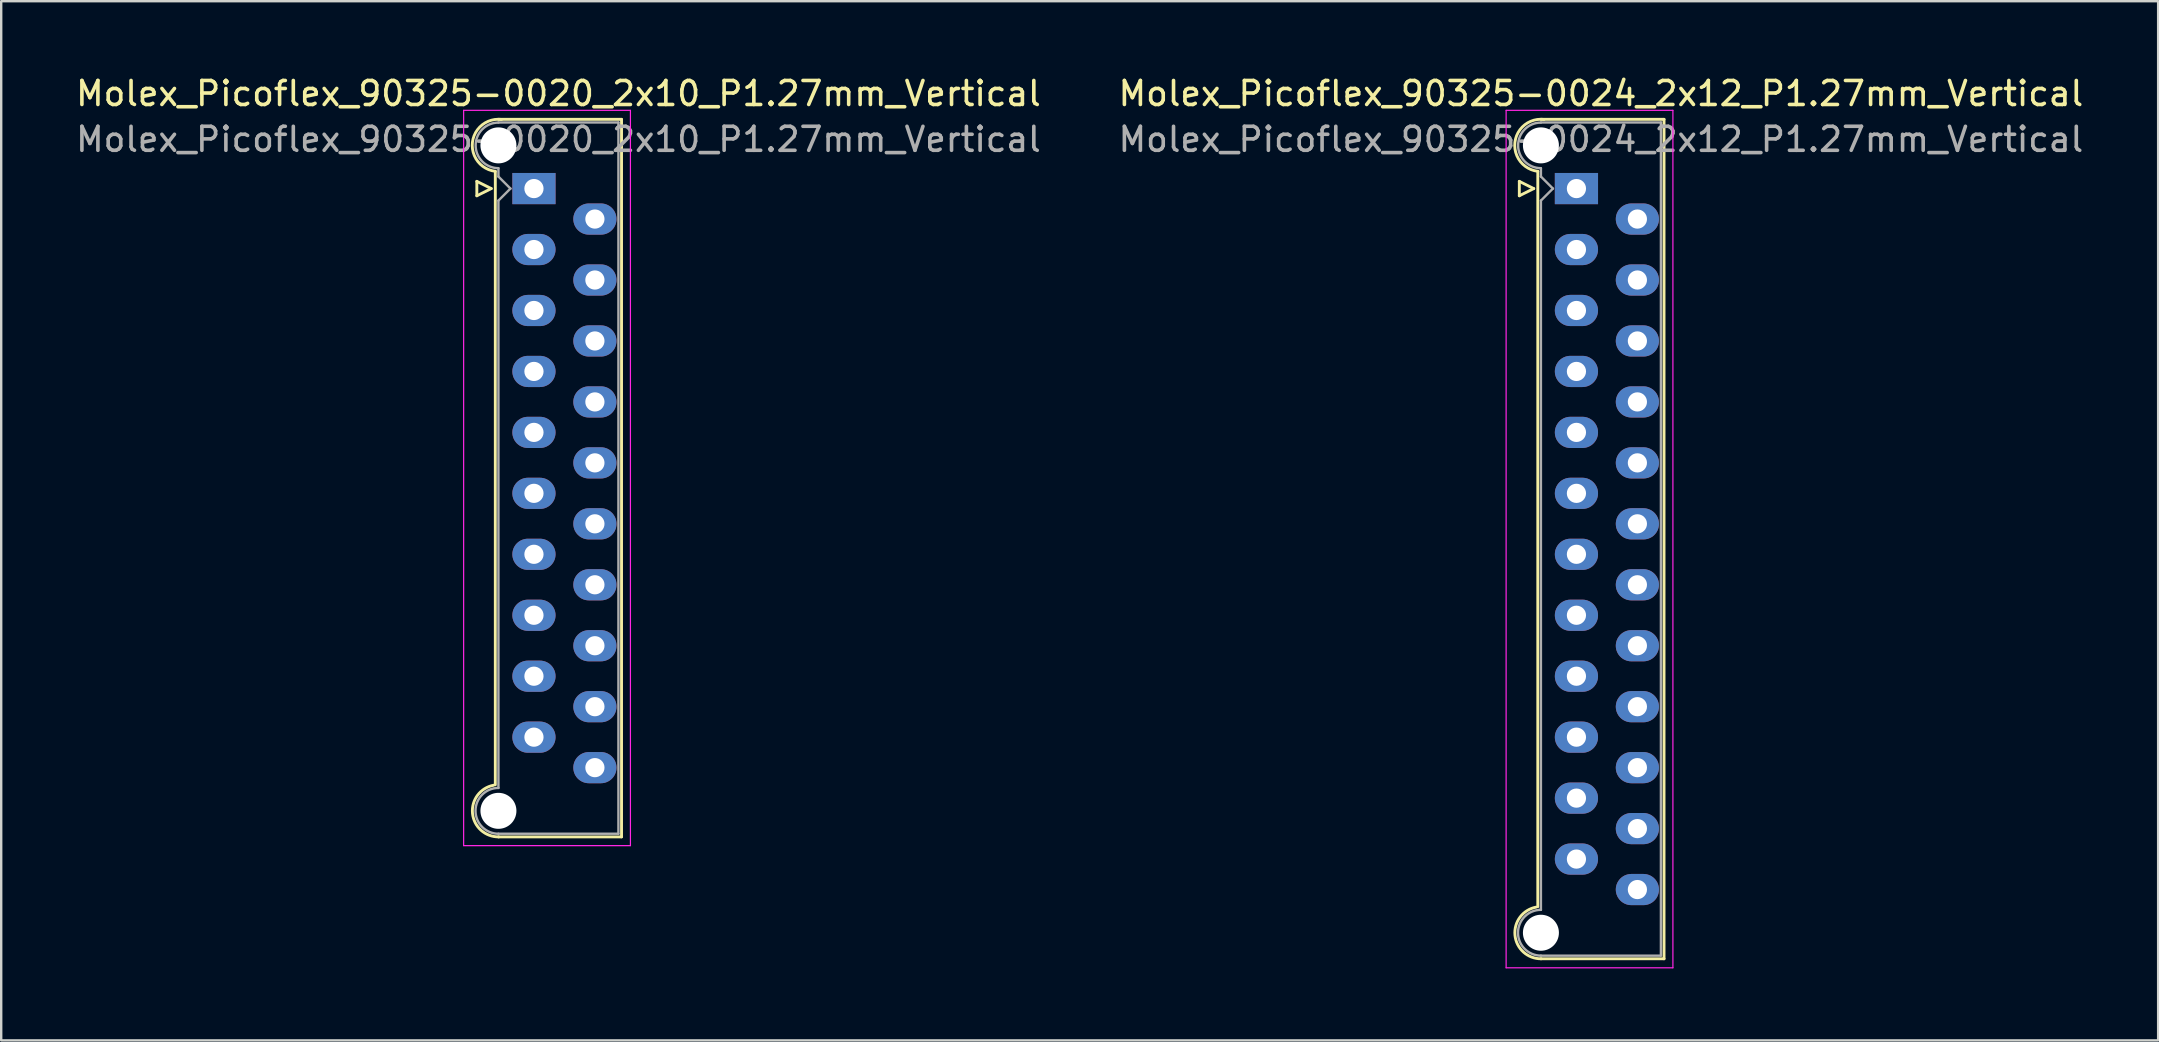
<source format=kicad_pcb>
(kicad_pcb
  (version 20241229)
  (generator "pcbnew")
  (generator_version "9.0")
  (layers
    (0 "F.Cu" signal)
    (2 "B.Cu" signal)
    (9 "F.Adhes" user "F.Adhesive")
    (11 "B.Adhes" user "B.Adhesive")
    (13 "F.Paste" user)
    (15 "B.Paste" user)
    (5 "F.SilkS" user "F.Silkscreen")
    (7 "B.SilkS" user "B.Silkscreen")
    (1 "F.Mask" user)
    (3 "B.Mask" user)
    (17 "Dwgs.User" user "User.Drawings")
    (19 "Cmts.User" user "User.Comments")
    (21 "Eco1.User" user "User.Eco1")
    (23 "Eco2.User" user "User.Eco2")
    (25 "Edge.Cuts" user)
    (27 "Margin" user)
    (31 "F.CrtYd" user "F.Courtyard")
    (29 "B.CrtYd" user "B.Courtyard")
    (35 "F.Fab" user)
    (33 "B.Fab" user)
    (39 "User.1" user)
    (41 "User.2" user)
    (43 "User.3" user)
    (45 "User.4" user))
  (footprint "Molex_Picoflex_90325-0024_2x12_P1.27mm_Vertical"
    (layer "F.Cu")
    (at 62.641 4.808)
    (property "Reference" "Molex_Picoflex_90325-0024_2x12_P1.27mm_Vertical" (at 1.02 -3.96 0) (layer "F.SilkS") (effects (font (size 1 1) (thickness 0.15))))
    (attr through_hole)
    (fp_line (start -2.38 -0.3) (end -2.38 0.3) (stroke (width 0.12) (type solid)) (layer "F.SilkS"))
    (fp_line (start -2.38 0.3) (end -1.78 0) (stroke (width 0.12) (type solid)) (layer "F.SilkS"))
    (fp_line (start -1.78 0) (end -2.38 -0.3) (stroke (width 0.12) (type solid)) (layer "F.SilkS"))
    (fp_line (start -1.61 -0.715) (end -1.61 29.925) (stroke (width 0.12) (type solid)) (layer "F.SilkS"))
    (fp_line (start -1.48 -2.885) (end 3.65 -2.885) (stroke (width 0.12) (type solid)) (layer "F.SilkS"))
    (fp_line (start 3.65 -2.885) (end 3.65 32.095) (stroke (width 0.12) (type solid)) (layer "F.SilkS"))
    (fp_line (start 3.65 32.095) (end -1.48 32.095) (stroke (width 0.12) (type solid)) (layer "F.SilkS"))
    (fp_arc (start -1.61 -0.72) (mid -2.56 -1.93) (end -1.35 -2.88) (stroke (width 0.12) (type solid)) (layer "F.SilkS"))
    (fp_arc (start -1.47 32.095) (mid -2.56 31.114526) (end -1.678256 29.94322) (stroke (width 0.12) (type solid)) (layer "F.SilkS"))
    (fp_line (start -2.93 -3.26) (end -2.93 32.47) (stroke (width 0.05) (type solid)) (layer "F.CrtYd"))
    (fp_line (start -2.93 32.47) (end 4.02 32.47) (stroke (width 0.05) (type solid)) (layer "F.CrtYd"))
    (fp_line (start 4.02 -3.26) (end -2.93 -3.26) (stroke (width 0.05) (type solid)) (layer "F.CrtYd"))
    (fp_line (start 4.02 32.47) (end 4.02 -3.26) (stroke (width 0.05) (type solid)) (layer "F.CrtYd"))
    (fp_line (start -1.48 -2.755) (end 3.52 -2.755) (stroke (width 0.1) (type solid)) (layer "F.Fab"))
    (fp_line (start -1.48 -0.845) (end -1.48 -0.5) (stroke (width 0.1) (type solid)) (layer "F.Fab"))
    (fp_line (start -1.48 -0.5) (end -0.98 0) (stroke (width 0.1) (type solid)) (layer "F.Fab"))
    (fp_line (start -1.48 0.5) (end -1.48 30.055) (stroke (width 0.1) (type solid)) (layer "F.Fab"))
    (fp_line (start -0.98 0) (end -1.48 0.5) (stroke (width 0.1) (type solid)) (layer "F.Fab"))
    (fp_line (start 3.52 -2.755) (end 3.52 31.965) (stroke (width 0.1) (type solid)) (layer "F.Fab"))
    (fp_line (start 3.52 31.965) (end -1.48 31.965) (stroke (width 0.1) (type solid)) (layer "F.Fab"))
    (fp_arc (start -1.48 -0.85) (mid -2.43 -1.8) (end -1.48 -2.75) (stroke (width 0.1) (type solid)) (layer "F.Fab"))
    (fp_arc (start -1.48 31.965) (mid -2.435 31.01) (end -1.48 30.055) (stroke (width 0.1) (type solid)) (layer "F.Fab"))
    (fp_text user "${REFERENCE}" (at 1.02 -2.05 0) (layer "F.Fab") (effects (font (size 1 1) (thickness 0.15))))
    (pad "" np_thru_hole circle (at -1.48 -1.8) (size 1.5 1.5) (drill 1.5) (layers "*.Cu" "*.Mask"))
    (pad "" np_thru_hole circle (at -1.48 31.01) (size 1.5 1.5) (drill 1.5) (layers "*.Cu" "*.Mask"))
    (pad "1" thru_hole rect (at 0 0) (size 1.8 1.3) (drill 0.8) (layers "*.Cu" "*.Mask"))
    (pad "2" thru_hole oval (at 2.54 1.27) (size 1.8 1.3) (drill 0.8) (layers "*.Cu" "*.Mask"))
    (pad "3" thru_hole oval (at 0 2.54) (size 1.8 1.3) (drill 0.8) (layers "*.Cu" "*.Mask"))
    (pad "4" thru_hole oval (at 2.54 3.81) (size 1.8 1.3) (drill 0.8) (layers "*.Cu" "*.Mask"))
    (pad "5" thru_hole oval (at 0 5.08) (size 1.8 1.3) (drill 0.8) (layers "*.Cu" "*.Mask"))
    (pad "6" thru_hole oval (at 2.54 6.35) (size 1.8 1.3) (drill 0.8) (layers "*.Cu" "*.Mask"))
    (pad "7" thru_hole oval (at 0 7.62) (size 1.8 1.3) (drill 0.8) (layers "*.Cu" "*.Mask"))
    (pad "8" thru_hole oval (at 2.54 8.89) (size 1.8 1.3) (drill 0.8) (layers "*.Cu" "*.Mask"))
    (pad "9" thru_hole oval (at 0 10.16) (size 1.8 1.3) (drill 0.8) (layers "*.Cu" "*.Mask"))
    (pad "10" thru_hole oval (at 2.54 11.43) (size 1.8 1.3) (drill 0.8) (layers "*.Cu" "*.Mask"))
    (pad "11" thru_hole oval (at 0 12.7) (size 1.8 1.3) (drill 0.8) (layers "*.Cu" "*.Mask"))
    (pad "12" thru_hole oval (at 2.54 13.97) (size 1.8 1.3) (drill 0.8) (layers "*.Cu" "*.Mask"))
    (pad "13" thru_hole oval (at 0 15.24) (size 1.8 1.3) (drill 0.8) (layers "*.Cu" "*.Mask"))
    (pad "14" thru_hole oval (at 2.54 16.51) (size 1.8 1.3) (drill 0.8) (layers "*.Cu" "*.Mask"))
    (pad "15" thru_hole oval (at 0 17.78) (size 1.8 1.3) (drill 0.8) (layers "*.Cu" "*.Mask"))
    (pad "16" thru_hole oval (at 2.54 19.05) (size 1.8 1.3) (drill 0.8) (layers "*.Cu" "*.Mask"))
    (pad "17" thru_hole oval (at 0 20.32) (size 1.8 1.3) (drill 0.8) (layers "*.Cu" "*.Mask"))
    (pad "18" thru_hole oval (at 2.54 21.59) (size 1.8 1.3) (drill 0.8) (layers "*.Cu" "*.Mask"))
    (pad "19" thru_hole oval (at 0 22.86) (size 1.8 1.3) (drill 0.8) (layers "*.Cu" "*.Mask"))
    (pad "20" thru_hole oval (at 2.54 24.13) (size 1.8 1.3) (drill 0.8) (layers "*.Cu" "*.Mask"))
    (pad "21" thru_hole oval (at 0 25.4) (size 1.8 1.3) (drill 0.8) (layers "*.Cu" "*.Mask"))
    (pad "22" thru_hole oval (at 2.54 26.67) (size 1.8 1.3) (drill 0.8) (layers "*.Cu" "*.Mask"))
    (pad "23" thru_hole oval (at 0 27.94) (size 1.8 1.3) (drill 0.8) (layers "*.Cu" "*.Mask"))
    (pad "24" thru_hole oval (at 2.54 29.21) (size 1.8 1.3) (drill 0.8) (layers "*.Cu" "*.Mask")))
  (footprint "Molex_Picoflex_90325-0020_2x10_P1.27mm_Vertical"
    (layer "F.Cu")
    (at 19.2 4.808)
    (property "Reference" "Molex_Picoflex_90325-0020_2x10_P1.27mm_Vertical" (at 1.02 -3.96 0) (layer "F.SilkS") (effects (font (size 1 1) (thickness 0.15))))
    (attr through_hole)
    (fp_line (start -2.38 -0.3) (end -2.38 0.3) (stroke (width 0.12) (type solid)) (layer "F.SilkS"))
    (fp_line (start -2.38 0.3) (end -1.78 0) (stroke (width 0.12) (type solid)) (layer "F.SilkS"))
    (fp_line (start -1.78 0) (end -2.38 -0.3) (stroke (width 0.12) (type solid)) (layer "F.SilkS"))
    (fp_line (start -1.61 -0.715) (end -1.61 24.845) (stroke (width 0.12) (type solid)) (layer "F.SilkS"))
    (fp_line (start -1.48 -2.885) (end 3.65 -2.885) (stroke (width 0.12) (type solid)) (layer "F.SilkS"))
    (fp_line (start 3.65 -2.885) (end 3.65 27.015) (stroke (width 0.12) (type solid)) (layer "F.SilkS"))
    (fp_line (start 3.65 27.015) (end -1.48 27.015) (stroke (width 0.12) (type solid)) (layer "F.SilkS"))
    (fp_arc (start -1.61 -0.72) (mid -2.56 -1.93) (end -1.35 -2.88) (stroke (width 0.12) (type solid)) (layer "F.SilkS"))
    (fp_arc (start -1.47 27.015) (mid -2.56 26.034526) (end -1.678256 24.86322) (stroke (width 0.12) (type solid)) (layer "F.SilkS"))
    (fp_line (start -2.93 -3.26) (end -2.93 27.38) (stroke (width 0.05) (type solid)) (layer "F.CrtYd"))
    (fp_line (start -2.93 27.38) (end 4.02 27.38) (stroke (width 0.05) (type solid)) (layer "F.CrtYd"))
    (fp_line (start 4.02 -3.26) (end -2.93 -3.26) (stroke (width 0.05) (type solid)) (layer "F.CrtYd"))
    (fp_line (start 4.02 27.38) (end 4.02 -3.26) (stroke (width 0.05) (type solid)) (layer "F.CrtYd"))
    (fp_line (start -1.48 -2.755) (end 3.52 -2.755) (stroke (width 0.1) (type solid)) (layer "F.Fab"))
    (fp_line (start -1.48 -0.845) (end -1.48 -0.5) (stroke (width 0.1) (type solid)) (layer "F.Fab"))
    (fp_line (start -1.48 -0.5) (end -0.98 0) (stroke (width 0.1) (type solid)) (layer "F.Fab"))
    (fp_line (start -1.48 0.5) (end -1.48 24.975) (stroke (width 0.1) (type solid)) (layer "F.Fab"))
    (fp_line (start -0.98 0) (end -1.48 0.5) (stroke (width 0.1) (type solid)) (layer "F.Fab"))
    (fp_line (start 3.52 -2.755) (end 3.52 26.885) (stroke (width 0.1) (type solid)) (layer "F.Fab"))
    (fp_line (start 3.52 26.885) (end -1.48 26.885) (stroke (width 0.1) (type solid)) (layer "F.Fab"))
    (fp_arc (start -1.48 -0.85) (mid -2.43 -1.8) (end -1.48 -2.75) (stroke (width 0.1) (type solid)) (layer "F.Fab"))
    (fp_arc (start -1.48 26.885) (mid -2.435 25.93) (end -1.48 24.975) (stroke (width 0.1) (type solid)) (layer "F.Fab"))
    (fp_text user "${REFERENCE}" (at 1.02 -2.05 0) (layer "F.Fab") (effects (font (size 1 1) (thickness 0.15))))
    (pad "" np_thru_hole circle (at -1.48 -1.8) (size 1.5 1.5) (drill 1.5) (layers "*.Cu" "*.Mask"))
    (pad "" np_thru_hole circle (at -1.48 25.93) (size 1.5 1.5) (drill 1.5) (layers "*.Cu" "*.Mask"))
    (pad "1" thru_hole rect (at 0 0) (size 1.8 1.3) (drill 0.8) (layers "*.Cu" "*.Mask"))
    (pad "2" thru_hole oval (at 2.54 1.27) (size 1.8 1.3) (drill 0.8) (layers "*.Cu" "*.Mask"))
    (pad "3" thru_hole oval (at 0 2.54) (size 1.8 1.3) (drill 0.8) (layers "*.Cu" "*.Mask"))
    (pad "4" thru_hole oval (at 2.54 3.81) (size 1.8 1.3) (drill 0.8) (layers "*.Cu" "*.Mask"))
    (pad "5" thru_hole oval (at 0 5.08) (size 1.8 1.3) (drill 0.8) (layers "*.Cu" "*.Mask"))
    (pad "6" thru_hole oval (at 2.54 6.35) (size 1.8 1.3) (drill 0.8) (layers "*.Cu" "*.Mask"))
    (pad "7" thru_hole oval (at 0 7.62) (size 1.8 1.3) (drill 0.8) (layers "*.Cu" "*.Mask"))
    (pad "8" thru_hole oval (at 2.54 8.89) (size 1.8 1.3) (drill 0.8) (layers "*.Cu" "*.Mask"))
    (pad "9" thru_hole oval (at 0 10.16) (size 1.8 1.3) (drill 0.8) (layers "*.Cu" "*.Mask"))
    (pad "10" thru_hole oval (at 2.54 11.43) (size 1.8 1.3) (drill 0.8) (layers "*.Cu" "*.Mask"))
    (pad "11" thru_hole oval (at 0 12.7) (size 1.8 1.3) (drill 0.8) (layers "*.Cu" "*.Mask"))
    (pad "12" thru_hole oval (at 2.54 13.97) (size 1.8 1.3) (drill 0.8) (layers "*.Cu" "*.Mask"))
    (pad "13" thru_hole oval (at 0 15.24) (size 1.8 1.3) (drill 0.8) (layers "*.Cu" "*.Mask"))
    (pad "14" thru_hole oval (at 2.54 16.51) (size 1.8 1.3) (drill 0.8) (layers "*.Cu" "*.Mask"))
    (pad "15" thru_hole oval (at 0 17.78) (size 1.8 1.3) (drill 0.8) (layers "*.Cu" "*.Mask"))
    (pad "16" thru_hole oval (at 2.54 19.05) (size 1.8 1.3) (drill 0.8) (layers "*.Cu" "*.Mask"))
    (pad "17" thru_hole oval (at 0 20.32) (size 1.8 1.3) (drill 0.8) (layers "*.Cu" "*.Mask"))
    (pad "18" thru_hole oval (at 2.54 21.59) (size 1.8 1.3) (drill 0.8) (layers "*.Cu" "*.Mask"))
    (pad "19" thru_hole oval (at 0 22.86) (size 1.8 1.3) (drill 0.8) (layers "*.Cu" "*.Mask"))
    (pad "20" thru_hole oval (at 2.54 24.13) (size 1.8 1.3) (drill 0.8) (layers "*.Cu" "*.Mask")))
  (gr_rect
    (start -3 -3)
    (end 86.881 40.303)
    (stroke (width 0.1) (type default))
    (fill no)
    (layer "Edge.Cuts")))
</source>
